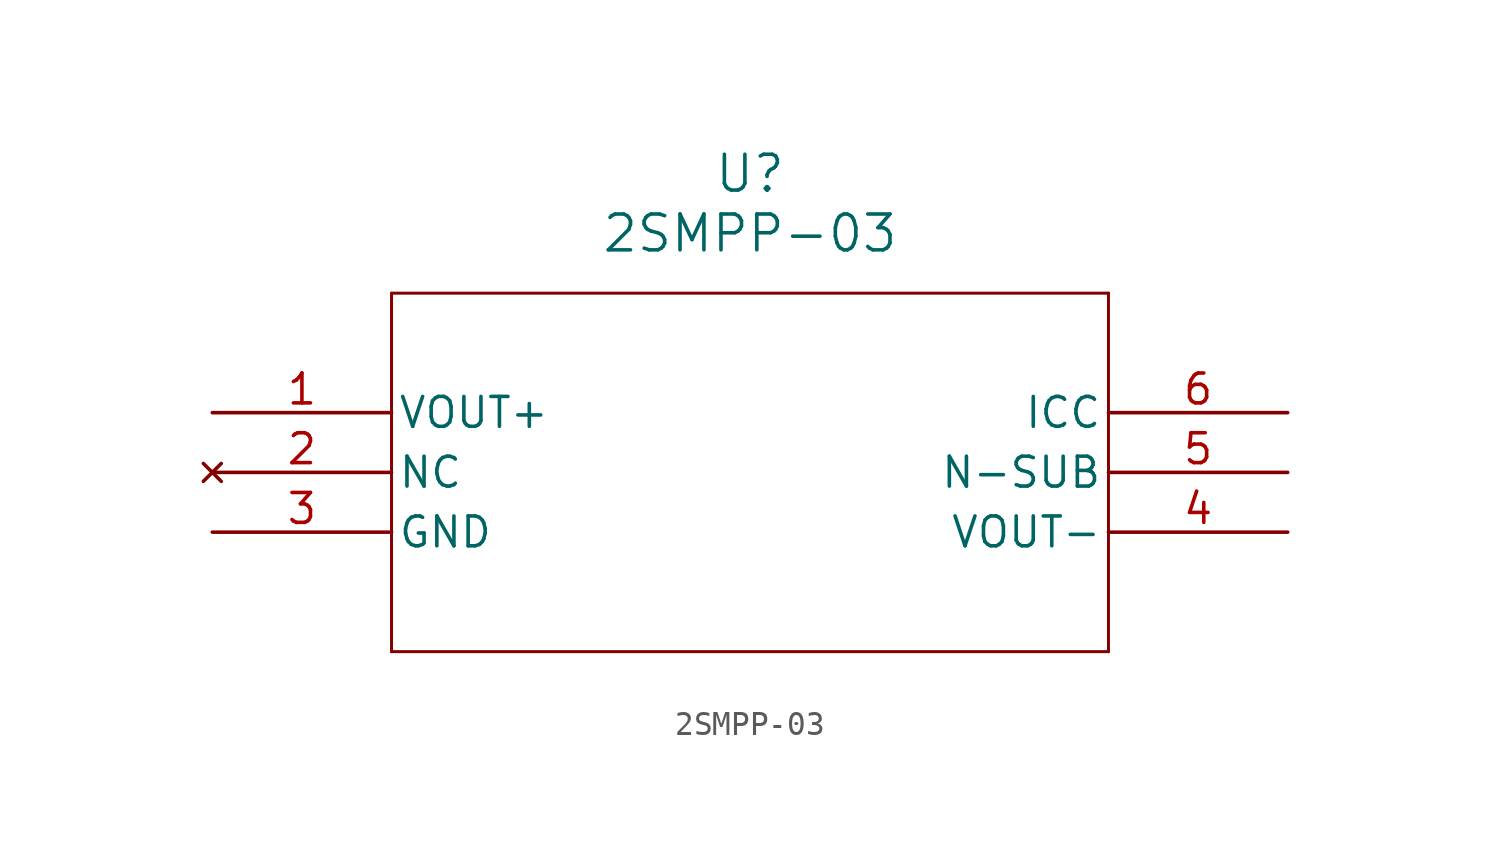
<source format=kicad_sym>
(kicad_symbol_lib
  (version 20231120)
  (generator "kicad_symbol_editor")
  (generator_version "8.0")
  (symbol "2SMPP-03"
    (pin_names
      (offset 0.254))
    (property "Reference" "U"
      (at 0 12.7 0)
      (effects (font (size 1.524 1.524))))
    (property "Value" "2SMPP-03"
      (at 0 10.16 0)
      (effects (font (size 1.524 1.524))))
    (property "ki_locked" ""
      (at 0 0 0)
      (effects (font (size 1.27 1.27))))
    (symbol "2SMPP-03_0_1"
      (polyline (pts (xy -15.24 -7.62) (xy 15.24 -7.62)) (stroke (width 0.127) (type default)) (fill (type none)))
      (polyline (pts (xy -15.24 7.62) (xy -15.24 -7.62)) (stroke (width 0.127) (type default)) (fill (type none)))
      (polyline (pts (xy 15.24 -7.62) (xy 15.24 7.62)) (stroke (width 0.127) (type default)) (fill (type none)))
      (polyline (pts (xy 15.24 7.62) (xy -15.24 7.62)) (stroke (width 0.127) (type default)) (fill (type none)))
      (pin output line (at -22.86 2.54 0) (length 7.62) (name "VOUT+" (effects (font (size 1.27 1.27)))) (number "1" (effects (font (size 1.27 1.27)))))
      (pin no_connect line (at -22.86 0 0) (length 7.62) (name "NC" (effects (font (size 1.27 1.27)))) (number "2" (effects (font (size 1.27 1.27)))))
      (pin output line (at 22.86 -2.54 180) (length 7.62) (name "VOUT-" (effects (font (size 1.27 1.27)))) (number "4" (effects (font (size 1.27 1.27)))))
      (pin unspecified line (at 22.86 0 180) (length 7.62) (name "N-SUB" (effects (font (size 1.27 1.27)))) (number "5" (effects (font (size 1.27 1.27)))))
      (pin unspecified line (at 22.86 2.54 180) (length 7.62) (name "ICC" (effects (font (size 1.27 1.27)))) (number "6" (effects (font (size 1.27 1.27))))))
    (symbol "2SMPP-03_1_1"
      (pin unspecified line (at -22.86 -2.54 0) (length 7.62) (name "GND" (effects (font (size 1.27 1.27)))) (number "3" (effects (font (size 1.27 1.27))))))))
</source>
